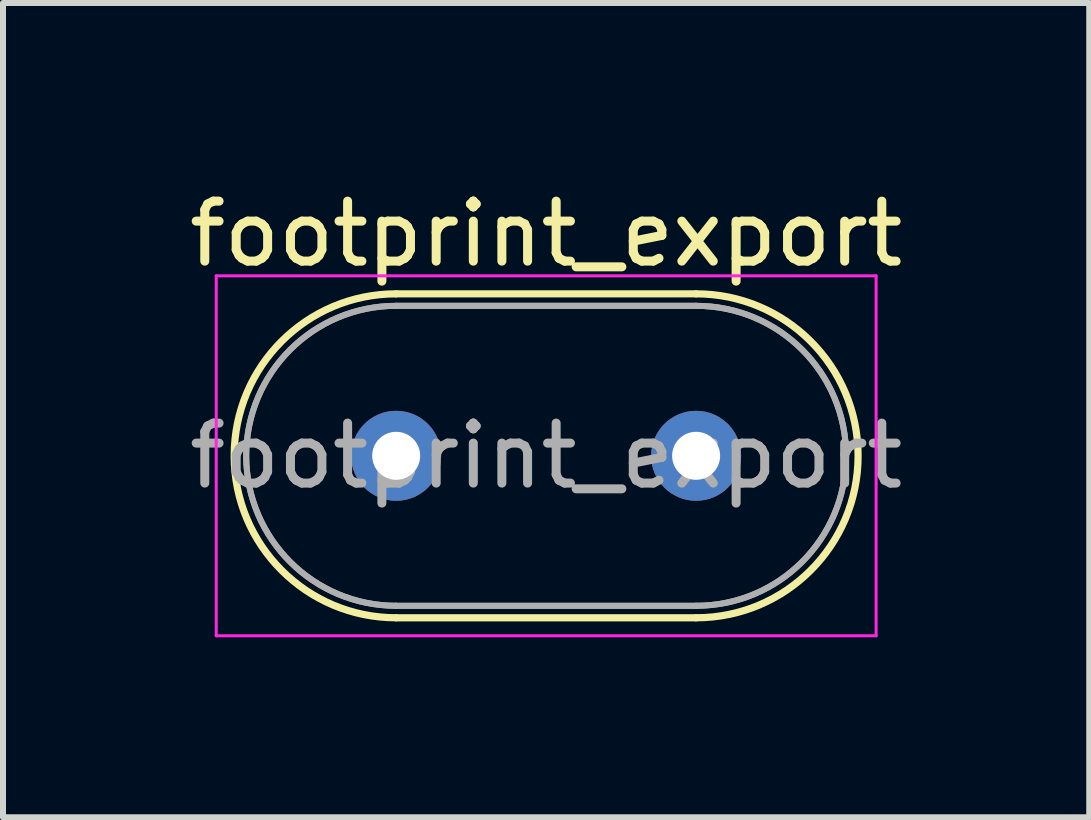
<source format=kicad_pcb>
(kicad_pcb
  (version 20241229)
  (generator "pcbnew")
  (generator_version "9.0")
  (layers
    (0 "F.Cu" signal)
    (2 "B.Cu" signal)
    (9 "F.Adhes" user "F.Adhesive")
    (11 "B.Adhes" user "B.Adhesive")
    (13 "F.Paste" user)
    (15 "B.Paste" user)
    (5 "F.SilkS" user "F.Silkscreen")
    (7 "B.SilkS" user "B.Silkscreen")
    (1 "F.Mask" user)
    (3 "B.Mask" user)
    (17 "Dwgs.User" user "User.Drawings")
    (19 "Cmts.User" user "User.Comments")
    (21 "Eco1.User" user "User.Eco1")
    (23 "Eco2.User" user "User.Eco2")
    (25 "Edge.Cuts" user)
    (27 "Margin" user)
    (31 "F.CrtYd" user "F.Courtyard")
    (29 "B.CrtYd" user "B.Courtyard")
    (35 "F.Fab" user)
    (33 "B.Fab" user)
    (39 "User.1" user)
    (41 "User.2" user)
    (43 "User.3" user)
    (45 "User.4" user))
  (footprint "footprint_export"
    (layer "F.Cu")
    (at 3.554 4.548)
    (property "Reference" "footprint_export" (at 2.5 -3.7 0) (layer "F.SilkS") (effects (font (size 1 1) (thickness 0.15))))
    (attr through_hole)
    (fp_line (start 0 -2.7) (end 5 -2.7) (stroke (width 0.12) (type solid)) (layer "F.SilkS"))
    (fp_line (start 0 2.7) (end 5 2.7) (stroke (width 0.12) (type solid)) (layer "F.SilkS"))
    (fp_arc (start 0 2.7) (mid -2.7 0) (end 0 -2.7) (stroke (width 0.12) (type solid)) (layer "F.SilkS"))
    (fp_arc (start 5 -2.7) (mid 7.7 0) (end 5 2.7) (stroke (width 0.12) (type solid)) (layer "F.SilkS"))
    (fp_line (start -3 -3) (end -3 3) (stroke (width 0.05) (type solid)) (layer "F.CrtYd"))
    (fp_line (start -3 3) (end 8 3) (stroke (width 0.05) (type solid)) (layer "F.CrtYd"))
    (fp_line (start 8 -3) (end -3 -3) (stroke (width 0.05) (type solid)) (layer "F.CrtYd"))
    (fp_line (start 8 3) (end 8 -3) (stroke (width 0.05) (type solid)) (layer "F.CrtYd"))
    (fp_line (start 0 -2.5) (end 5 -2.5) (stroke (width 0.1) (type solid)) (layer "F.Fab"))
    (fp_line (start 0 -2.5) (end 5 -2.5) (stroke (width 0.1) (type solid)) (layer "F.Fab"))
    (fp_line (start 0 2.5) (end 5 2.5) (stroke (width 0.1) (type solid)) (layer "F.Fab"))
    (fp_line (start 0 2.5) (end 5 2.5) (stroke (width 0.1) (type solid)) (layer "F.Fab"))
    (fp_arc (start 0 2.5) (mid -2.5 0) (end 0 -2.5) (stroke (width 0.1) (type solid)) (layer "F.Fab"))
    (fp_arc (start 0 2.5) (mid -2.5 0) (end 0 -2.5) (stroke (width 0.1) (type solid)) (layer "F.Fab"))
    (fp_arc (start 5 -2.5) (mid 7.5 0) (end 5 2.5) (stroke (width 0.1) (type solid)) (layer "F.Fab"))
    (fp_arc (start 5 -2.5) (mid 7.5 0) (end 5 2.5) (stroke (width 0.1) (type solid)) (layer "F.Fab"))
    (fp_text user "${REFERENCE}" (at 2.5 0 0) (layer "F.Fab") (effects (font (size 1 1) (thickness 0.15))))
    (pad "1" thru_hole circle (at 0 0) (size 1.5 1.5) (drill 0.8) (layers "*.Cu" "*.Mask"))
    (pad "2" thru_hole circle (at 5 0) (size 1.5 1.5) (drill 0.8) (layers "*.Cu" "*.Mask")))
  (gr_rect
    (start -3 -3)
    (end 15.107 10.573)
    (stroke (width 0.1) (type default))
    (fill no)
    (layer "Edge.Cuts")))
</source>
